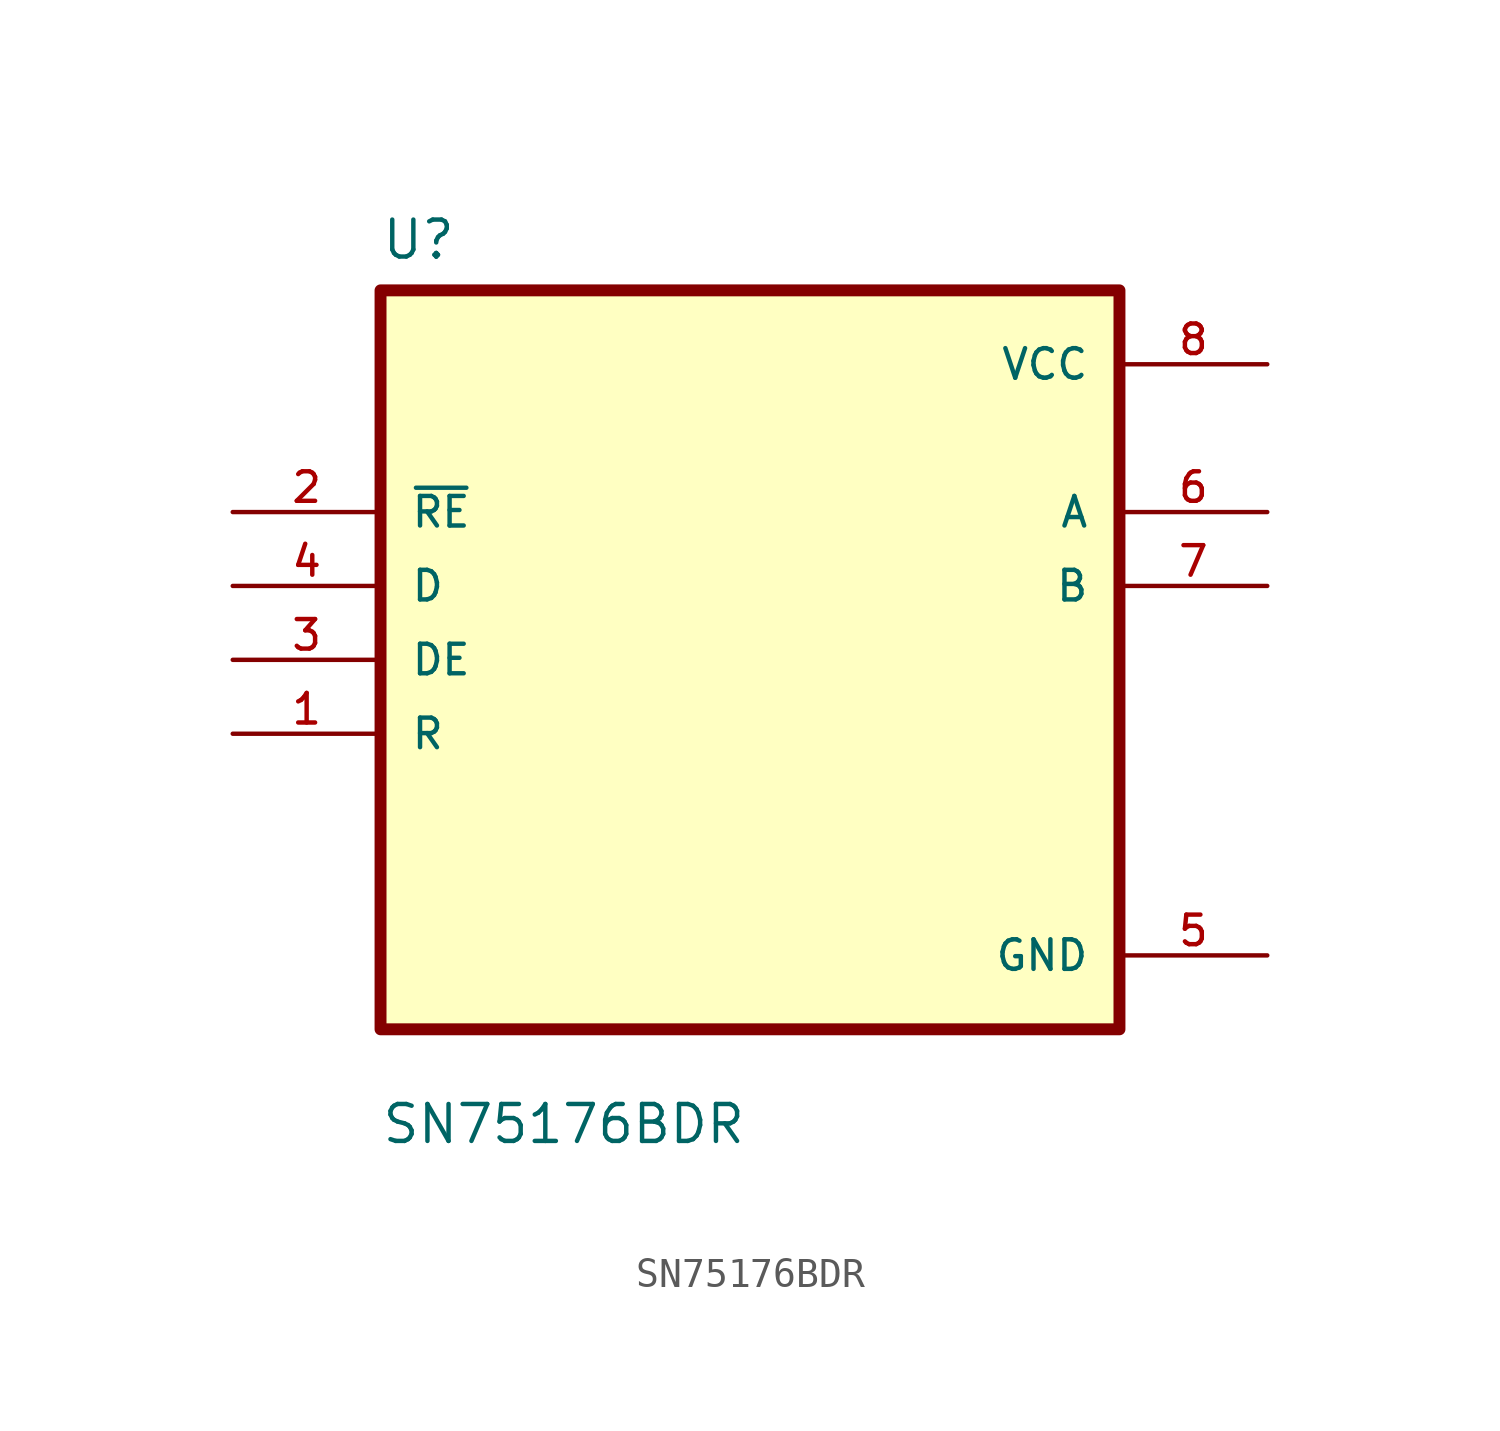
<source format=kicad_sym>
(kicad_symbol_lib
  (version 20211014)
  (generator kicad_symbol_editor)
  (symbol "SN75176BDR"
    (pin_names
      (offset 1.016))
    (property "Reference" "U"
      (at -12.7 13.7 0.0)
      (effects (font (size 1.27 1.27)) (justify bottom left)))
    (property "Value" "SN75176BDR"
      (at -12.7 -16.7 0.0)
      (effects (font (size 1.27 1.27)) (justify bottom left)))
    (symbol "SN75176BDR_0_0"
      (rectangle (start -12.7 -12.7) (end 12.7 12.7) (stroke (width 0.41)) (fill (type background)))
      (pin input line (at -17.78 5.08 0) (length 5.08) (name "~{RE}" (effects (font (size 1.016 1.016)))) (number "2" (effects (font (size 1.016 1.016)))))
      (pin input line (at -17.78 2.54 0) (length 5.08) (name "D" (effects (font (size 1.016 1.016)))) (number "4" (effects (font (size 1.016 1.016)))))
      (pin input line (at -17.78 -8.88178e-16 0) (length 5.08) (name "DE" (effects (font (size 1.016 1.016)))) (number "3" (effects (font (size 1.016 1.016)))))
      (pin input line (at -17.78 -2.54 0) (length 5.08) (name "R" (effects (font (size 1.016 1.016)))) (number "1" (effects (font (size 1.016 1.016)))))
      (pin power_in line (at 17.78 10.16 180.0) (length 5.08) (name "VCC" (effects (font (size 1.016 1.016)))) (number "8" (effects (font (size 1.016 1.016)))))
      (pin output line (at 17.78 5.08 180.0) (length 5.08) (name "A" (effects (font (size 1.016 1.016)))) (number "6" (effects (font (size 1.016 1.016)))))
      (pin output line (at 17.78 2.54 180.0) (length 5.08) (name "B" (effects (font (size 1.016 1.016)))) (number "7" (effects (font (size 1.016 1.016)))))
      (pin power_in line (at 17.78 -10.16 180.0) (length 5.08) (name "GND" (effects (font (size 1.016 1.016)))) (number "5" (effects (font (size 1.016 1.016))))))))
</source>
